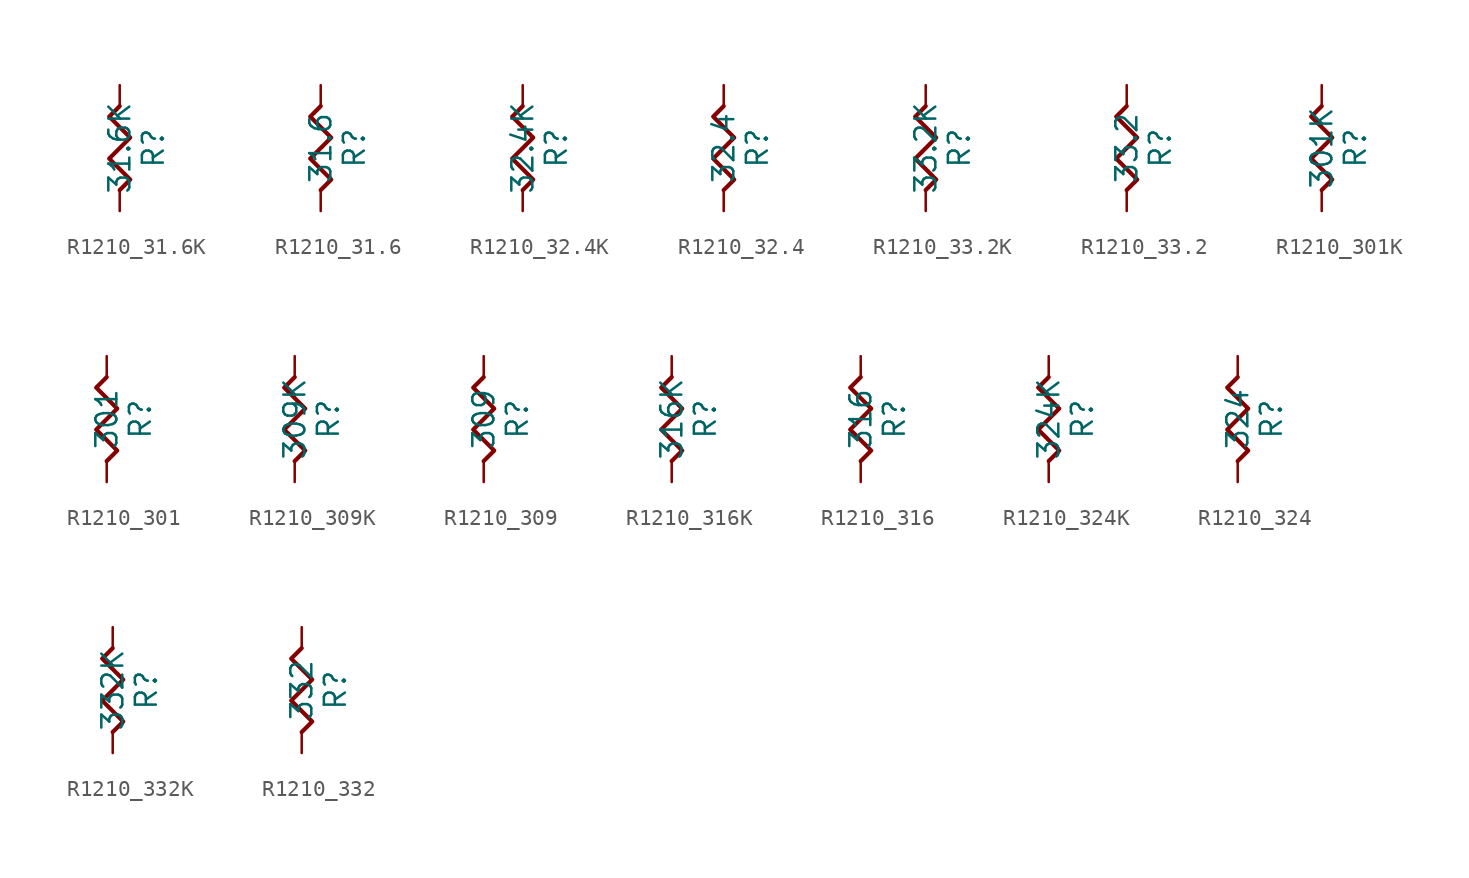
<source format=kicad_sym>
(kicad_symbol_lib
  (version 20211014)
  (generator atlantix-eda)
  (symbol "R1210_31.6K"
    (pin_numbers hide)
    (pin_names
      (offset 0))
    (property "Reference" "R"
      (at 2.032 0 90)
      (effects (font (size 1.27 1.27))))
    (property "Value" "31.6K"
      (at 0 0 90)
      (effects (font (size 1.27 1.27))))
    (symbol "R1210_31.6K_0_1"
      (polyline (pts (xy 0 -2.54) (xy 0.635 -1.905) (xy -0.635 -0.635) (xy 0.635 0.635) (xy -0.635 1.905) (xy 0 2.54)) (stroke (width 0.254) (type default) (color 0 0 0 0)) (fill (type none))))
    (symbol "R1210_31.6K_1_1"
      (pin passive line (at 0 3.81 270) (length 1.27) (name "~" (effects (font (size 1.27 1.27)))) (number "1" (effects (font (size 1.27 1.27)))))
      (pin passive line (at 0 -3.81 90) (length 1.27) (name "~" (effects (font (size 1.27 1.27)))) (number "2" (effects (font (size 1.27 1.27)))))))
  (symbol "R1210_31.6"
    (pin_numbers hide)
    (pin_names
      (offset 0))
    (property "Reference" "R"
      (at 2.032 0 90)
      (effects (font (size 1.27 1.27))))
    (property "Value" "31.6"
      (at 0 0 90)
      (effects (font (size 1.27 1.27))))
    (symbol "R1210_31.6_0_1"
      (polyline (pts (xy 0 -2.54) (xy 0.635 -1.905) (xy -0.635 -0.635) (xy 0.635 0.635) (xy -0.635 1.905) (xy 0 2.54)) (stroke (width 0.254) (type default) (color 0 0 0 0)) (fill (type none))))
    (symbol "R1210_31.6_1_1"
      (pin passive line (at 0 3.81 270) (length 1.27) (name "~" (effects (font (size 1.27 1.27)))) (number "1" (effects (font (size 1.27 1.27)))))
      (pin passive line (at 0 -3.81 90) (length 1.27) (name "~" (effects (font (size 1.27 1.27)))) (number "2" (effects (font (size 1.27 1.27)))))))
  (symbol "R1210_32.4K"
    (pin_numbers hide)
    (pin_names
      (offset 0))
    (property "Reference" "R"
      (at 2.032 0 90)
      (effects (font (size 1.27 1.27))))
    (property "Value" "32.4K"
      (at 0 0 90)
      (effects (font (size 1.27 1.27))))
    (symbol "R1210_32.4K_0_1"
      (polyline (pts (xy 0 -2.54) (xy 0.635 -1.905) (xy -0.635 -0.635) (xy 0.635 0.635) (xy -0.635 1.905) (xy 0 2.54)) (stroke (width 0.254) (type default) (color 0 0 0 0)) (fill (type none))))
    (symbol "R1210_32.4K_1_1"
      (pin passive line (at 0 3.81 270) (length 1.27) (name "~" (effects (font (size 1.27 1.27)))) (number "1" (effects (font (size 1.27 1.27)))))
      (pin passive line (at 0 -3.81 90) (length 1.27) (name "~" (effects (font (size 1.27 1.27)))) (number "2" (effects (font (size 1.27 1.27)))))))
  (symbol "R1210_32.4"
    (pin_numbers hide)
    (pin_names
      (offset 0))
    (property "Reference" "R"
      (at 2.032 0 90)
      (effects (font (size 1.27 1.27))))
    (property "Value" "32.4"
      (at 0 0 90)
      (effects (font (size 1.27 1.27))))
    (symbol "R1210_32.4_0_1"
      (polyline (pts (xy 0 -2.54) (xy 0.635 -1.905) (xy -0.635 -0.635) (xy 0.635 0.635) (xy -0.635 1.905) (xy 0 2.54)) (stroke (width 0.254) (type default) (color 0 0 0 0)) (fill (type none))))
    (symbol "R1210_32.4_1_1"
      (pin passive line (at 0 3.81 270) (length 1.27) (name "~" (effects (font (size 1.27 1.27)))) (number "1" (effects (font (size 1.27 1.27)))))
      (pin passive line (at 0 -3.81 90) (length 1.27) (name "~" (effects (font (size 1.27 1.27)))) (number "2" (effects (font (size 1.27 1.27)))))))
  (symbol "R1210_33.2K"
    (pin_numbers hide)
    (pin_names
      (offset 0))
    (property "Reference" "R"
      (at 2.032 0 90)
      (effects (font (size 1.27 1.27))))
    (property "Value" "33.2K"
      (at 0 0 90)
      (effects (font (size 1.27 1.27))))
    (symbol "R1210_33.2K_0_1"
      (polyline (pts (xy 0 -2.54) (xy 0.635 -1.905) (xy -0.635 -0.635) (xy 0.635 0.635) (xy -0.635 1.905) (xy 0 2.54)) (stroke (width 0.254) (type default) (color 0 0 0 0)) (fill (type none))))
    (symbol "R1210_33.2K_1_1"
      (pin passive line (at 0 3.81 270) (length 1.27) (name "~" (effects (font (size 1.27 1.27)))) (number "1" (effects (font (size 1.27 1.27)))))
      (pin passive line (at 0 -3.81 90) (length 1.27) (name "~" (effects (font (size 1.27 1.27)))) (number "2" (effects (font (size 1.27 1.27)))))))
  (symbol "R1210_33.2"
    (pin_numbers hide)
    (pin_names
      (offset 0))
    (property "Reference" "R"
      (at 2.032 0 90)
      (effects (font (size 1.27 1.27))))
    (property "Value" "33.2"
      (at 0 0 90)
      (effects (font (size 1.27 1.27))))
    (symbol "R1210_33.2_0_1"
      (polyline (pts (xy 0 -2.54) (xy 0.635 -1.905) (xy -0.635 -0.635) (xy 0.635 0.635) (xy -0.635 1.905) (xy 0 2.54)) (stroke (width 0.254) (type default) (color 0 0 0 0)) (fill (type none))))
    (symbol "R1210_33.2_1_1"
      (pin passive line (at 0 3.81 270) (length 1.27) (name "~" (effects (font (size 1.27 1.27)))) (number "1" (effects (font (size 1.27 1.27)))))
      (pin passive line (at 0 -3.81 90) (length 1.27) (name "~" (effects (font (size 1.27 1.27)))) (number "2" (effects (font (size 1.27 1.27)))))))
  (symbol "R1210_301K"
    (pin_numbers hide)
    (pin_names
      (offset 0))
    (property "Reference" "R"
      (at 2.032 0 90)
      (effects (font (size 1.27 1.27))))
    (property "Value" "301K"
      (at 0 0 90)
      (effects (font (size 1.27 1.27))))
    (symbol "R1210_301K_0_1"
      (polyline (pts (xy 0 -2.54) (xy 0.635 -1.905) (xy -0.635 -0.635) (xy 0.635 0.635) (xy -0.635 1.905) (xy 0 2.54)) (stroke (width 0.254) (type default) (color 0 0 0 0)) (fill (type none))))
    (symbol "R1210_301K_1_1"
      (pin passive line (at 0 3.81 270) (length 1.27) (name "~" (effects (font (size 1.27 1.27)))) (number "1" (effects (font (size 1.27 1.27)))))
      (pin passive line (at 0 -3.81 90) (length 1.27) (name "~" (effects (font (size 1.27 1.27)))) (number "2" (effects (font (size 1.27 1.27)))))))
  (symbol "R1210_301"
    (pin_numbers hide)
    (pin_names
      (offset 0))
    (property "Reference" "R"
      (at 2.032 0 90)
      (effects (font (size 1.27 1.27))))
    (property "Value" "301"
      (at 0 0 90)
      (effects (font (size 1.27 1.27))))
    (symbol "R1210_301_0_1"
      (polyline (pts (xy 0 -2.54) (xy 0.635 -1.905) (xy -0.635 -0.635) (xy 0.635 0.635) (xy -0.635 1.905) (xy 0 2.54)) (stroke (width 0.254) (type default) (color 0 0 0 0)) (fill (type none))))
    (symbol "R1210_301_1_1"
      (pin passive line (at 0 3.81 270) (length 1.27) (name "~" (effects (font (size 1.27 1.27)))) (number "1" (effects (font (size 1.27 1.27)))))
      (pin passive line (at 0 -3.81 90) (length 1.27) (name "~" (effects (font (size 1.27 1.27)))) (number "2" (effects (font (size 1.27 1.27)))))))
  (symbol "R1210_309K"
    (pin_numbers hide)
    (pin_names
      (offset 0))
    (property "Reference" "R"
      (at 2.032 0 90)
      (effects (font (size 1.27 1.27))))
    (property "Value" "309K"
      (at 0 0 90)
      (effects (font (size 1.27 1.27))))
    (symbol "R1210_309K_0_1"
      (polyline (pts (xy 0 -2.54) (xy 0.635 -1.905) (xy -0.635 -0.635) (xy 0.635 0.635) (xy -0.635 1.905) (xy 0 2.54)) (stroke (width 0.254) (type default) (color 0 0 0 0)) (fill (type none))))
    (symbol "R1210_309K_1_1"
      (pin passive line (at 0 3.81 270) (length 1.27) (name "~" (effects (font (size 1.27 1.27)))) (number "1" (effects (font (size 1.27 1.27)))))
      (pin passive line (at 0 -3.81 90) (length 1.27) (name "~" (effects (font (size 1.27 1.27)))) (number "2" (effects (font (size 1.27 1.27)))))))
  (symbol "R1210_309"
    (pin_numbers hide)
    (pin_names
      (offset 0))
    (property "Reference" "R"
      (at 2.032 0 90)
      (effects (font (size 1.27 1.27))))
    (property "Value" "309"
      (at 0 0 90)
      (effects (font (size 1.27 1.27))))
    (symbol "R1210_309_0_1"
      (polyline (pts (xy 0 -2.54) (xy 0.635 -1.905) (xy -0.635 -0.635) (xy 0.635 0.635) (xy -0.635 1.905) (xy 0 2.54)) (stroke (width 0.254) (type default) (color 0 0 0 0)) (fill (type none))))
    (symbol "R1210_309_1_1"
      (pin passive line (at 0 3.81 270) (length 1.27) (name "~" (effects (font (size 1.27 1.27)))) (number "1" (effects (font (size 1.27 1.27)))))
      (pin passive line (at 0 -3.81 90) (length 1.27) (name "~" (effects (font (size 1.27 1.27)))) (number "2" (effects (font (size 1.27 1.27)))))))
  (symbol "R1210_316K"
    (pin_numbers hide)
    (pin_names
      (offset 0))
    (property "Reference" "R"
      (at 2.032 0 90)
      (effects (font (size 1.27 1.27))))
    (property "Value" "316K"
      (at 0 0 90)
      (effects (font (size 1.27 1.27))))
    (symbol "R1210_316K_0_1"
      (polyline (pts (xy 0 -2.54) (xy 0.635 -1.905) (xy -0.635 -0.635) (xy 0.635 0.635) (xy -0.635 1.905) (xy 0 2.54)) (stroke (width 0.254) (type default) (color 0 0 0 0)) (fill (type none))))
    (symbol "R1210_316K_1_1"
      (pin passive line (at 0 3.81 270) (length 1.27) (name "~" (effects (font (size 1.27 1.27)))) (number "1" (effects (font (size 1.27 1.27)))))
      (pin passive line (at 0 -3.81 90) (length 1.27) (name "~" (effects (font (size 1.27 1.27)))) (number "2" (effects (font (size 1.27 1.27)))))))
  (symbol "R1210_316"
    (pin_numbers hide)
    (pin_names
      (offset 0))
    (property "Reference" "R"
      (at 2.032 0 90)
      (effects (font (size 1.27 1.27))))
    (property "Value" "316"
      (at 0 0 90)
      (effects (font (size 1.27 1.27))))
    (symbol "R1210_316_0_1"
      (polyline (pts (xy 0 -2.54) (xy 0.635 -1.905) (xy -0.635 -0.635) (xy 0.635 0.635) (xy -0.635 1.905) (xy 0 2.54)) (stroke (width 0.254) (type default) (color 0 0 0 0)) (fill (type none))))
    (symbol "R1210_316_1_1"
      (pin passive line (at 0 3.81 270) (length 1.27) (name "~" (effects (font (size 1.27 1.27)))) (number "1" (effects (font (size 1.27 1.27)))))
      (pin passive line (at 0 -3.81 90) (length 1.27) (name "~" (effects (font (size 1.27 1.27)))) (number "2" (effects (font (size 1.27 1.27)))))))
  (symbol "R1210_324K"
    (pin_numbers hide)
    (pin_names
      (offset 0))
    (property "Reference" "R"
      (at 2.032 0 90)
      (effects (font (size 1.27 1.27))))
    (property "Value" "324K"
      (at 0 0 90)
      (effects (font (size 1.27 1.27))))
    (symbol "R1210_324K_0_1"
      (polyline (pts (xy 0 -2.54) (xy 0.635 -1.905) (xy -0.635 -0.635) (xy 0.635 0.635) (xy -0.635 1.905) (xy 0 2.54)) (stroke (width 0.254) (type default) (color 0 0 0 0)) (fill (type none))))
    (symbol "R1210_324K_1_1"
      (pin passive line (at 0 3.81 270) (length 1.27) (name "~" (effects (font (size 1.27 1.27)))) (number "1" (effects (font (size 1.27 1.27)))))
      (pin passive line (at 0 -3.81 90) (length 1.27) (name "~" (effects (font (size 1.27 1.27)))) (number "2" (effects (font (size 1.27 1.27)))))))
  (symbol "R1210_324"
    (pin_numbers hide)
    (pin_names
      (offset 0))
    (property "Reference" "R"
      (at 2.032 0 90)
      (effects (font (size 1.27 1.27))))
    (property "Value" "324"
      (at 0 0 90)
      (effects (font (size 1.27 1.27))))
    (symbol "R1210_324_0_1"
      (polyline (pts (xy 0 -2.54) (xy 0.635 -1.905) (xy -0.635 -0.635) (xy 0.635 0.635) (xy -0.635 1.905) (xy 0 2.54)) (stroke (width 0.254) (type default) (color 0 0 0 0)) (fill (type none))))
    (symbol "R1210_324_1_1"
      (pin passive line (at 0 3.81 270) (length 1.27) (name "~" (effects (font (size 1.27 1.27)))) (number "1" (effects (font (size 1.27 1.27)))))
      (pin passive line (at 0 -3.81 90) (length 1.27) (name "~" (effects (font (size 1.27 1.27)))) (number "2" (effects (font (size 1.27 1.27)))))))
  (symbol "R1210_332K"
    (pin_numbers hide)
    (pin_names
      (offset 0))
    (property "Reference" "R"
      (at 2.032 0 90)
      (effects (font (size 1.27 1.27))))
    (property "Value" "332K"
      (at 0 0 90)
      (effects (font (size 1.27 1.27))))
    (symbol "R1210_332K_0_1"
      (polyline (pts (xy 0 -2.54) (xy 0.635 -1.905) (xy -0.635 -0.635) (xy 0.635 0.635) (xy -0.635 1.905) (xy 0 2.54)) (stroke (width 0.254) (type default) (color 0 0 0 0)) (fill (type none))))
    (symbol "R1210_332K_1_1"
      (pin passive line (at 0 3.81 270) (length 1.27) (name "~" (effects (font (size 1.27 1.27)))) (number "1" (effects (font (size 1.27 1.27)))))
      (pin passive line (at 0 -3.81 90) (length 1.27) (name "~" (effects (font (size 1.27 1.27)))) (number "2" (effects (font (size 1.27 1.27)))))))
  (symbol "R1210_332"
    (pin_numbers hide)
    (pin_names
      (offset 0))
    (property "Reference" "R"
      (at 2.032 0 90)
      (effects (font (size 1.27 1.27))))
    (property "Value" "332"
      (at 0 0 90)
      (effects (font (size 1.27 1.27))))
    (symbol "R1210_332_0_1"
      (polyline (pts (xy 0 -2.54) (xy 0.635 -1.905) (xy -0.635 -0.635) (xy 0.635 0.635) (xy -0.635 1.905) (xy 0 2.54)) (stroke (width 0.254) (type default) (color 0 0 0 0)) (fill (type none))))
    (symbol "R1210_332_1_1"
      (pin passive line (at 0 3.81 270) (length 1.27) (name "~" (effects (font (size 1.27 1.27)))) (number "1" (effects (font (size 1.27 1.27)))))
      (pin passive line (at 0 -3.81 90) (length 1.27) (name "~" (effects (font (size 1.27 1.27)))) (number "2" (effects (font (size 1.27 1.27))))))))
</source>
